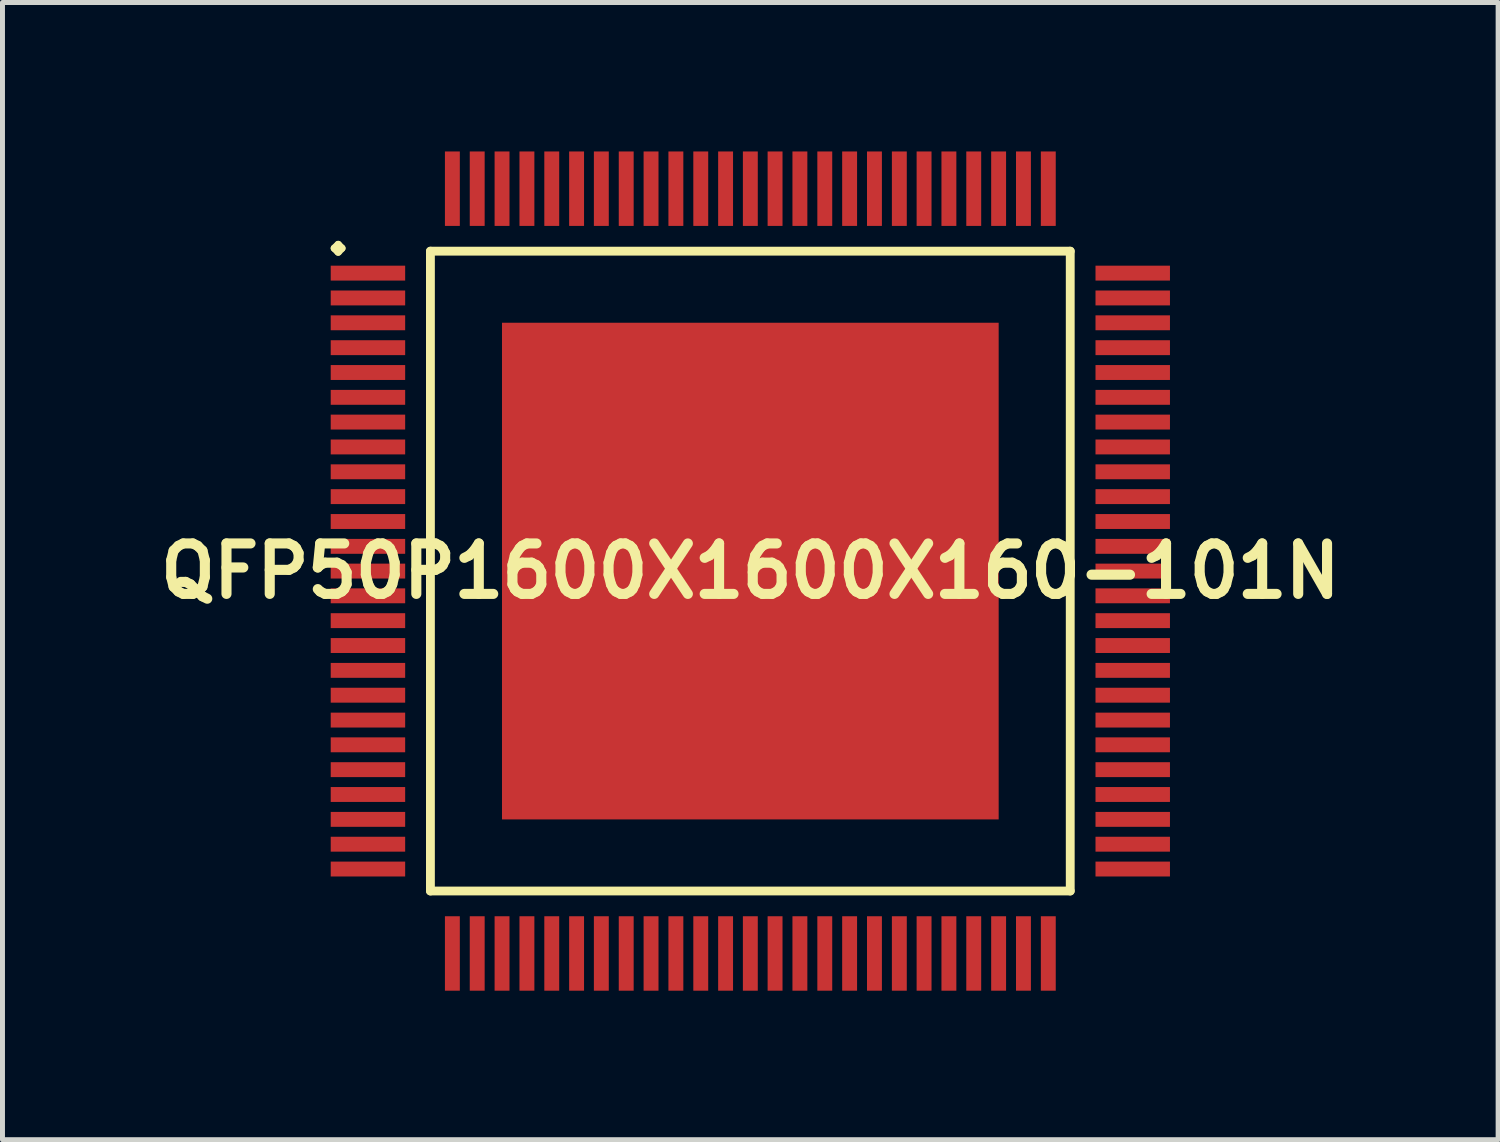
<source format=kicad_pcb>
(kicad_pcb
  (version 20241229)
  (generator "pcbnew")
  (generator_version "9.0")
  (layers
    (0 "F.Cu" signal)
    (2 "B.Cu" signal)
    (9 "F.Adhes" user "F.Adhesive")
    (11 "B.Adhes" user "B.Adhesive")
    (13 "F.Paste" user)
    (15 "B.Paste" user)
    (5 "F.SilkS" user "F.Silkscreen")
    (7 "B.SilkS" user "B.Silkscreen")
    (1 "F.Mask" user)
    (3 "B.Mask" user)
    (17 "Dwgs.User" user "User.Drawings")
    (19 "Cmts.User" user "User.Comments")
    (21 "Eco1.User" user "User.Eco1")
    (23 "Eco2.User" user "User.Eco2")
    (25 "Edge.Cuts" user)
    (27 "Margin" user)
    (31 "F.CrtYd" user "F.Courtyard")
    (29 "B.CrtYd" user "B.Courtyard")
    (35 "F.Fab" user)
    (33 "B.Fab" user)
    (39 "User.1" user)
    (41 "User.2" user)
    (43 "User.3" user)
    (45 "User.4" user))
  (footprint "QFP50P1600X1600X160-101N"
    (layer "F.Cu")
    (at 12.057 8.448)
    (property "Reference" "QFP50P1600X1600X160-101N" (at 0 0 0) (layer "F.SilkS") (effects (font (size 1.016 1.016) (thickness 0.203))))
    (attr smd)
    (fp_line (start -8.374 -6.5) (end -8.298 -6.574) (stroke (width 0.15) (type solid)) (layer "F.SilkS"))
    (fp_line (start -8.298 -6.574) (end -8.225 -6.5) (stroke (width 0.15) (type solid)) (layer "F.SilkS"))
    (fp_line (start -8.298 -6.424) (end -8.374 -6.5) (stroke (width 0.15) (type solid)) (layer "F.SilkS"))
    (fp_line (start -8.225 -6.5) (end -8.298 -6.424) (stroke (width 0.15) (type solid)) (layer "F.SilkS"))
    (fp_line (start -6.441 -6.441) (end -6.441 6.441) (stroke (width 0.178) (type solid)) (layer "F.SilkS"))
    (fp_line (start -6.441 6.441) (end 6.441 6.441) (stroke (width 0.178) (type solid)) (layer "F.SilkS"))
    (fp_line (start 6.441 -6.441) (end -6.441 -6.441) (stroke (width 0.178) (type solid)) (layer "F.SilkS"))
    (fp_line (start 6.441 6.441) (end 6.441 -6.441) (stroke (width 0.178) (type solid)) (layer "F.SilkS"))
    (pad "1" smd rect (at -7.699 -5.999) (size 1.499 0.3) (layers "F.Cu" "F.Mask" "F.Paste"))
    (pad "2" smd rect (at -7.699 -5.499) (size 1.499 0.3) (layers "F.Cu" "F.Mask" "F.Paste"))
    (pad "3" smd rect (at -7.699 -4.999) (size 1.499 0.3) (layers "F.Cu" "F.Mask" "F.Paste"))
    (pad "4" smd rect (at -7.699 -4.498) (size 1.499 0.3) (layers "F.Cu" "F.Mask" "F.Paste"))
    (pad "5" smd rect (at -7.699 -3.998) (size 1.499 0.3) (layers "F.Cu" "F.Mask" "F.Paste"))
    (pad "6" smd rect (at -7.699 -3.498) (size 1.499 0.3) (layers "F.Cu" "F.Mask" "F.Paste"))
    (pad "7" smd rect (at -7.699 -3) (size 1.499 0.3) (layers "F.Cu" "F.Mask" "F.Paste"))
    (pad "8" smd rect (at -7.699 -2.499) (size 1.499 0.3) (layers "F.Cu" "F.Mask" "F.Paste"))
    (pad "9" smd rect (at -7.699 -1.999) (size 1.499 0.3) (layers "F.Cu" "F.Mask" "F.Paste"))
    (pad "10" smd rect (at -7.699 -1.499) (size 1.499 0.3) (layers "F.Cu" "F.Mask" "F.Paste"))
    (pad "11" smd rect (at -7.699 -0.998) (size 1.499 0.3) (layers "F.Cu" "F.Mask" "F.Paste"))
    (pad "12" smd rect (at -7.699 -0.498) (size 1.499 0.3) (layers "F.Cu" "F.Mask" "F.Paste"))
    (pad "13" smd rect (at -7.699 0) (size 1.499 0.3) (layers "F.Cu" "F.Mask" "F.Paste"))
    (pad "14" smd rect (at -7.699 0.498) (size 1.499 0.3) (layers "F.Cu" "F.Mask" "F.Paste"))
    (pad "15" smd rect (at -7.699 0.998) (size 1.499 0.3) (layers "F.Cu" "F.Mask" "F.Paste"))
    (pad "16" smd rect (at -7.699 1.499) (size 1.499 0.3) (layers "F.Cu" "F.Mask" "F.Paste"))
    (pad "17" smd rect (at -7.699 1.999) (size 1.499 0.3) (layers "F.Cu" "F.Mask" "F.Paste"))
    (pad "18" smd rect (at -7.699 2.499) (size 1.499 0.3) (layers "F.Cu" "F.Mask" "F.Paste"))
    (pad "19" smd rect (at -7.699 3) (size 1.499 0.3) (layers "F.Cu" "F.Mask" "F.Paste"))
    (pad "20" smd rect (at -7.699 3.498) (size 1.499 0.3) (layers "F.Cu" "F.Mask" "F.Paste"))
    (pad "21" smd rect (at -7.699 3.998) (size 1.499 0.3) (layers "F.Cu" "F.Mask" "F.Paste"))
    (pad "22" smd rect (at -7.699 4.498) (size 1.499 0.3) (layers "F.Cu" "F.Mask" "F.Paste"))
    (pad "23" smd rect (at -7.699 4.999) (size 1.499 0.3) (layers "F.Cu" "F.Mask" "F.Paste"))
    (pad "24" smd rect (at -7.699 5.499) (size 1.499 0.3) (layers "F.Cu" "F.Mask" "F.Paste"))
    (pad "25" smd rect (at -7.699 5.999) (size 1.499 0.3) (layers "F.Cu" "F.Mask" "F.Paste"))
    (pad "26" smd rect (at -5.999 7.699) (size 0.3 1.499) (layers "F.Cu" "F.Mask" "F.Paste"))
    (pad "27" smd rect (at -5.499 7.699) (size 0.3 1.499) (layers "F.Cu" "F.Mask" "F.Paste"))
    (pad "28" smd rect (at -4.999 7.699) (size 0.3 1.499) (layers "F.Cu" "F.Mask" "F.Paste"))
    (pad "29" smd rect (at -4.498 7.699) (size 0.3 1.499) (layers "F.Cu" "F.Mask" "F.Paste"))
    (pad "30" smd rect (at -3.998 7.699) (size 0.3 1.499) (layers "F.Cu" "F.Mask" "F.Paste"))
    (pad "31" smd rect (at -3.498 7.699) (size 0.3 1.499) (layers "F.Cu" "F.Mask" "F.Paste"))
    (pad "32" smd rect (at -3 7.699) (size 0.3 1.499) (layers "F.Cu" "F.Mask" "F.Paste"))
    (pad "33" smd rect (at -2.499 7.699) (size 0.3 1.499) (layers "F.Cu" "F.Mask" "F.Paste"))
    (pad "34" smd rect (at -1.999 7.699) (size 0.3 1.499) (layers "F.Cu" "F.Mask" "F.Paste"))
    (pad "35" smd rect (at -1.499 7.699) (size 0.3 1.499) (layers "F.Cu" "F.Mask" "F.Paste"))
    (pad "36" smd rect (at -0.998 7.699) (size 0.3 1.499) (layers "F.Cu" "F.Mask" "F.Paste"))
    (pad "37" smd rect (at -0.498 7.699) (size 0.3 1.499) (layers "F.Cu" "F.Mask" "F.Paste"))
    (pad "38" smd rect (at 0 7.699) (size 0.3 1.499) (layers "F.Cu" "F.Mask" "F.Paste"))
    (pad "39" smd rect (at 0.498 7.699) (size 0.3 1.499) (layers "F.Cu" "F.Mask" "F.Paste"))
    (pad "40" smd rect (at 0.998 7.699) (size 0.3 1.499) (layers "F.Cu" "F.Mask" "F.Paste"))
    (pad "41" smd rect (at 1.499 7.699) (size 0.3 1.499) (layers "F.Cu" "F.Mask" "F.Paste"))
    (pad "42" smd rect (at 1.999 7.699) (size 0.3 1.499) (layers "F.Cu" "F.Mask" "F.Paste"))
    (pad "43" smd rect (at 2.499 7.699) (size 0.3 1.499) (layers "F.Cu" "F.Mask" "F.Paste"))
    (pad "44" smd rect (at 3 7.699) (size 0.3 1.499) (layers "F.Cu" "F.Mask" "F.Paste"))
    (pad "45" smd rect (at 3.498 7.699) (size 0.3 1.499) (layers "F.Cu" "F.Mask" "F.Paste"))
    (pad "46" smd rect (at 3.998 7.699) (size 0.3 1.499) (layers "F.Cu" "F.Mask" "F.Paste"))
    (pad "47" smd rect (at 4.498 7.699) (size 0.3 1.499) (layers "F.Cu" "F.Mask" "F.Paste"))
    (pad "48" smd rect (at 4.999 7.699) (size 0.3 1.499) (layers "F.Cu" "F.Mask" "F.Paste"))
    (pad "49" smd rect (at 5.499 7.699) (size 0.3 1.499) (layers "F.Cu" "F.Mask" "F.Paste"))
    (pad "50" smd rect (at 5.999 7.699) (size 0.3 1.499) (layers "F.Cu" "F.Mask" "F.Paste"))
    (pad "51" smd rect (at 7.699 5.999) (size 1.499 0.3) (layers "F.Cu" "F.Mask" "F.Paste"))
    (pad "52" smd rect (at 7.699 5.499) (size 1.499 0.3) (layers "F.Cu" "F.Mask" "F.Paste"))
    (pad "53" smd rect (at 7.699 4.999) (size 1.499 0.3) (layers "F.Cu" "F.Mask" "F.Paste"))
    (pad "54" smd rect (at 7.699 4.498) (size 1.499 0.3) (layers "F.Cu" "F.Mask" "F.Paste"))
    (pad "55" smd rect (at 7.699 3.998) (size 1.499 0.3) (layers "F.Cu" "F.Mask" "F.Paste"))
    (pad "56" smd rect (at 7.699 3.498) (size 1.499 0.3) (layers "F.Cu" "F.Mask" "F.Paste"))
    (pad "57" smd rect (at 7.699 3) (size 1.499 0.3) (layers "F.Cu" "F.Mask" "F.Paste"))
    (pad "58" smd rect (at 7.699 2.499) (size 1.499 0.3) (layers "F.Cu" "F.Mask" "F.Paste"))
    (pad "59" smd rect (at 7.699 1.999) (size 1.499 0.3) (layers "F.Cu" "F.Mask" "F.Paste"))
    (pad "60" smd rect (at 7.699 1.499) (size 1.499 0.3) (layers "F.Cu" "F.Mask" "F.Paste"))
    (pad "61" smd rect (at 7.699 0.998) (size 1.499 0.3) (layers "F.Cu" "F.Mask" "F.Paste"))
    (pad "62" smd rect (at 7.699 0.498) (size 1.499 0.3) (layers "F.Cu" "F.Mask" "F.Paste"))
    (pad "63" smd rect (at 7.699 0) (size 1.499 0.3) (layers "F.Cu" "F.Mask" "F.Paste"))
    (pad "64" smd rect (at 7.699 -0.498) (size 1.499 0.3) (layers "F.Cu" "F.Mask" "F.Paste"))
    (pad "65" smd rect (at 7.699 -0.998) (size 1.499 0.3) (layers "F.Cu" "F.Mask" "F.Paste"))
    (pad "66" smd rect (at 7.699 -1.499) (size 1.499 0.3) (layers "F.Cu" "F.Mask" "F.Paste"))
    (pad "67" smd rect (at 7.699 -1.999) (size 1.499 0.3) (layers "F.Cu" "F.Mask" "F.Paste"))
    (pad "68" smd rect (at 7.699 -2.499) (size 1.499 0.3) (layers "F.Cu" "F.Mask" "F.Paste"))
    (pad "69" smd rect (at 7.699 -3) (size 1.499 0.3) (layers "F.Cu" "F.Mask" "F.Paste"))
    (pad "70" smd rect (at 7.699 -3.498) (size 1.499 0.3) (layers "F.Cu" "F.Mask" "F.Paste"))
    (pad "71" smd rect (at 7.699 -3.998) (size 1.499 0.3) (layers "F.Cu" "F.Mask" "F.Paste"))
    (pad "72" smd rect (at 7.699 -4.498) (size 1.499 0.3) (layers "F.Cu" "F.Mask" "F.Paste"))
    (pad "73" smd rect (at 7.699 -4.999) (size 1.499 0.3) (layers "F.Cu" "F.Mask" "F.Paste"))
    (pad "74" smd rect (at 7.699 -5.499) (size 1.499 0.3) (layers "F.Cu" "F.Mask" "F.Paste"))
    (pad "75" smd rect (at 7.699 -5.999) (size 1.499 0.3) (layers "F.Cu" "F.Mask" "F.Paste"))
    (pad "76" smd rect (at 5.999 -7.699) (size 0.3 1.499) (layers "F.Cu" "F.Mask" "F.Paste"))
    (pad "77" smd rect (at 5.499 -7.699) (size 0.3 1.499) (layers "F.Cu" "F.Mask" "F.Paste"))
    (pad "78" smd rect (at 4.999 -7.699) (size 0.3 1.499) (layers "F.Cu" "F.Mask" "F.Paste"))
    (pad "79" smd rect (at 4.498 -7.699) (size 0.3 1.499) (layers "F.Cu" "F.Mask" "F.Paste"))
    (pad "80" smd rect (at 3.998 -7.699) (size 0.3 1.499) (layers "F.Cu" "F.Mask" "F.Paste"))
    (pad "81" smd rect (at 3.498 -7.699) (size 0.3 1.499) (layers "F.Cu" "F.Mask" "F.Paste"))
    (pad "82" smd rect (at 3 -7.699) (size 0.3 1.499) (layers "F.Cu" "F.Mask" "F.Paste"))
    (pad "83" smd rect (at 2.499 -7.699) (size 0.3 1.499) (layers "F.Cu" "F.Mask" "F.Paste"))
    (pad "84" smd rect (at 1.999 -7.699) (size 0.3 1.499) (layers "F.Cu" "F.Mask" "F.Paste"))
    (pad "85" smd rect (at 1.499 -7.699) (size 0.3 1.499) (layers "F.Cu" "F.Mask" "F.Paste"))
    (pad "86" smd rect (at 0.998 -7.699) (size 0.3 1.499) (layers "F.Cu" "F.Mask" "F.Paste"))
    (pad "87" smd rect (at 0.498 -7.699) (size 0.3 1.499) (layers "F.Cu" "F.Mask" "F.Paste"))
    (pad "88" smd rect (at 0 -7.699) (size 0.3 1.499) (layers "F.Cu" "F.Mask" "F.Paste"))
    (pad "89" smd rect (at -0.498 -7.699) (size 0.3 1.499) (layers "F.Cu" "F.Mask" "F.Paste"))
    (pad "90" smd rect (at -0.998 -7.699) (size 0.3 1.499) (layers "F.Cu" "F.Mask" "F.Paste"))
    (pad "91" smd rect (at -1.499 -7.699) (size 0.3 1.499) (layers "F.Cu" "F.Mask" "F.Paste"))
    (pad "92" smd rect (at -1.999 -7.699) (size 0.3 1.499) (layers "F.Cu" "F.Mask" "F.Paste"))
    (pad "93" smd rect (at -2.499 -7.699) (size 0.3 1.499) (layers "F.Cu" "F.Mask" "F.Paste"))
    (pad "94" smd rect (at -3 -7.699) (size 0.3 1.499) (layers "F.Cu" "F.Mask" "F.Paste"))
    (pad "95" smd rect (at -3.498 -7.699) (size 0.3 1.499) (layers "F.Cu" "F.Mask" "F.Paste"))
    (pad "96" smd rect (at -3.998 -7.699) (size 0.3 1.499) (layers "F.Cu" "F.Mask" "F.Paste"))
    (pad "97" smd rect (at -4.498 -7.699) (size 0.3 1.499) (layers "F.Cu" "F.Mask" "F.Paste"))
    (pad "98" smd rect (at -4.999 -7.699) (size 0.3 1.499) (layers "F.Cu" "F.Mask" "F.Paste"))
    (pad "99" smd rect (at -5.499 -7.699) (size 0.3 1.499) (layers "F.Cu" "F.Mask" "F.Paste"))
    (pad "100" smd rect (at -5.999 -7.699) (size 0.3 1.499) (layers "F.Cu" "F.Mask" "F.Paste"))
    (pad "101" smd rect (at 0 0) (size 10 10) (layers "F.Cu" "F.Mask" "F.Paste")))
  (gr_rect
    (start -3 -3)
    (end 27.113 19.896)
    (stroke (width 0.1) (type default))
    (fill no)
    (layer "Edge.Cuts")))
</source>
